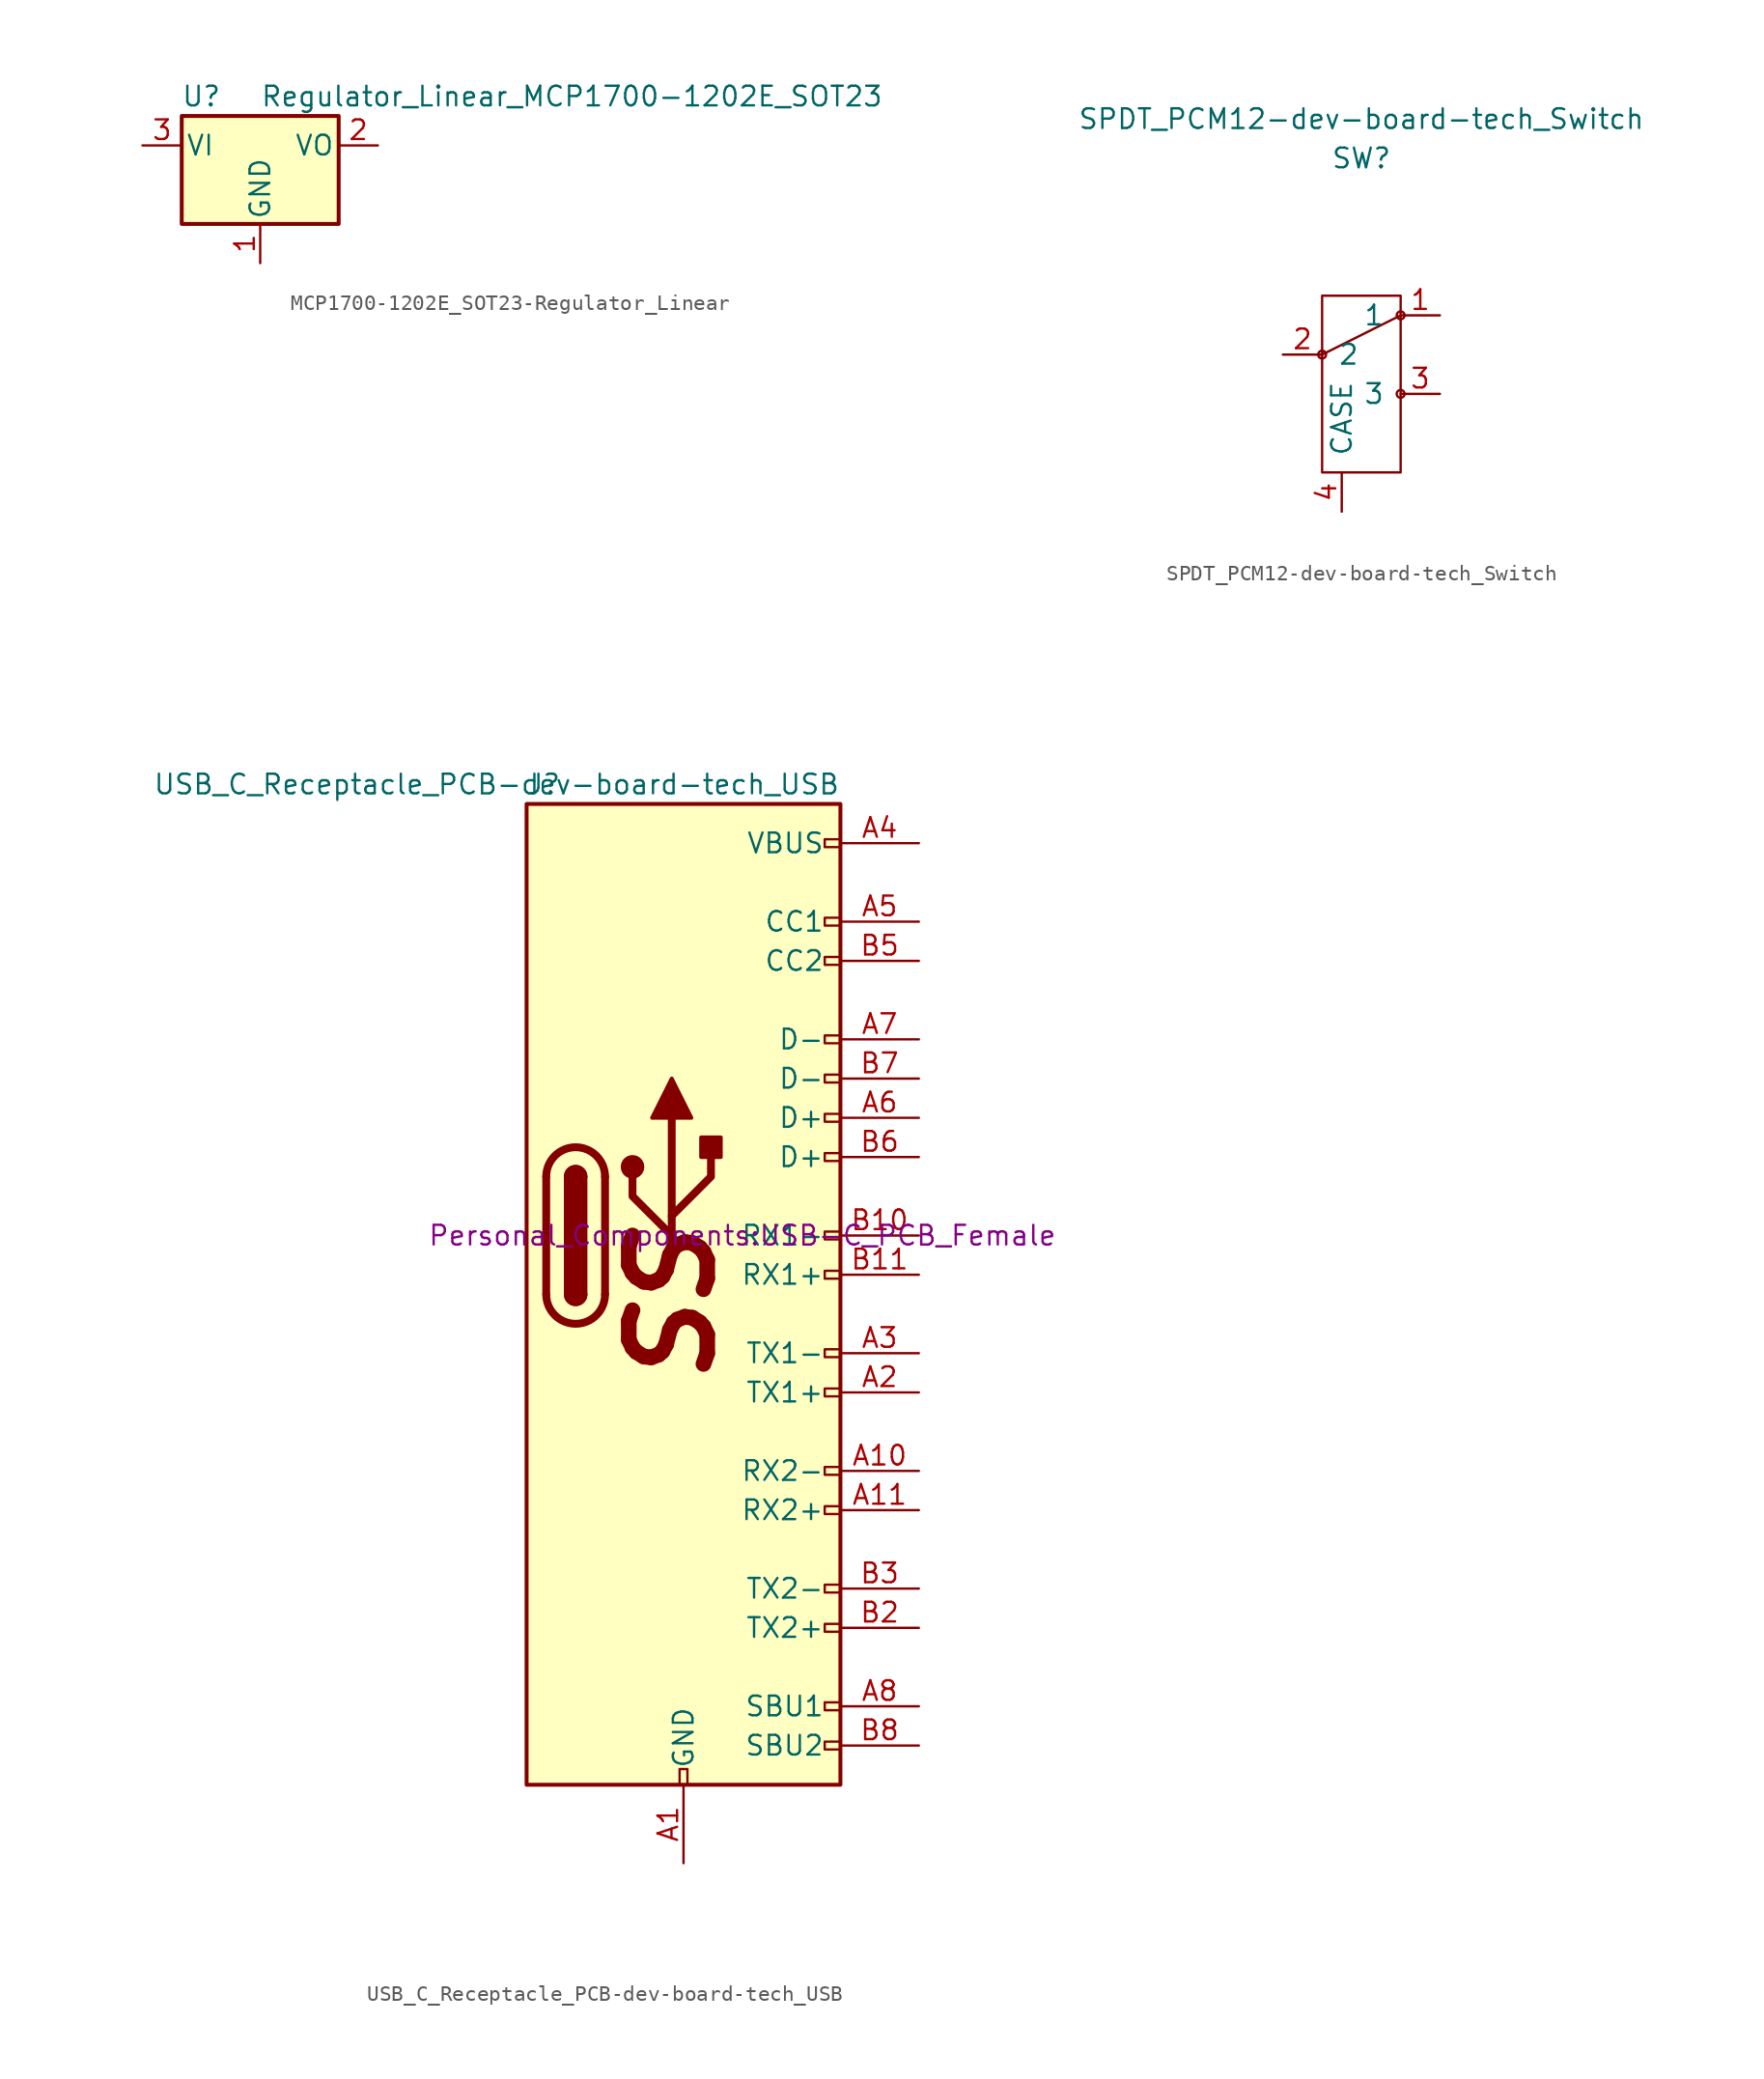
<source format=kicad_sym>
(kicad_symbol_lib
  (version 20220914)
  (generator kicad_symbol_editor)
  (symbol "MCP1700-1202E_SOT23-Regulator_Linear"
    (pin_names
      (offset 0.254))
    (property "Reference" "U"
      (at -3.81 3.175 0)
      (effects (font (size 1.27 1.27))))
    (property "Value" "Regulator_Linear_MCP1700-1202E_SOT23"
      (at 0 3.175 0)
      (effects (font (size 1.27 1.27)) (justify left)))
    (symbol "MCP1700-1202E_SOT23-Regulator_Linear_0_1"
      (rectangle (start -5.08 1.905) (end 5.08 -5.08) (stroke (width 0.254) (type solid)) (fill (type background))))
    (symbol "MCP1700-1202E_SOT23-Regulator_Linear_1_1"
      (pin power_in line (at 0 -7.62 90) (length 2.54) (name "GND" (effects (font (size 1.27 1.27)))) (number "1" (effects (font (size 1.27 1.27)))))
      (pin power_out line (at 7.62 0 180) (length 2.54) (name "VO" (effects (font (size 1.27 1.27)))) (number "2" (effects (font (size 1.27 1.27)))))
      (pin power_in line (at -7.62 0 0) (length 2.54) (name "VI" (effects (font (size 1.27 1.27)))) (number "3" (effects (font (size 1.27 1.27)))))))
  (symbol "SPDT_PCM12-dev-board-tech_Switch"
    (pin_names
      (offset 1.016))
    (property "Reference" "SW"
      (at 0 12.7 0)
      (effects (font (size 1.27 1.27))))
    (property "Value" "SPDT_PCM12-dev-board-tech_Switch"
      (at 0 15.24 0)
      (effects (font (size 1.27 1.27))))
    (symbol "SPDT_PCM12-dev-board-tech_Switch_0_1"
      (circle (center -2.54 0) (radius 0.254) (stroke (width 0) (type solid)) (fill (type none)))
      (rectangle (start -2.54 3.81) (end 2.54 -7.62) (stroke (width 0) (type solid)) (fill (type none)))
      (polyline (pts (xy -2.54 0) (xy 2.54 2.54)) (stroke (width 0) (type solid)) (fill (type none)))
      (circle (center 2.54 -2.54) (radius 0.254) (stroke (width 0) (type solid)) (fill (type none)))
      (circle (center 2.54 2.54) (radius 0.254) (stroke (width 0) (type solid)) (fill (type none))))
    (symbol "SPDT_PCM12-dev-board-tech_Switch_1_1"
      (pin passive line (at 5.08 2.54 180) (length 2.54) (name "1" (effects (font (size 1.27 1.27)))) (number "1" (effects (font (size 1.27 1.27)))))
      (pin passive line (at -5.08 0 0) (length 2.54) (name "2" (effects (font (size 1.27 1.27)))) (number "2" (effects (font (size 1.27 1.27)))))
      (pin passive line (at 5.08 -2.54 180) (length 2.54) (name "3" (effects (font (size 1.27 1.27)))) (number "3" (effects (font (size 1.27 1.27)))))
      (pin passive line (at -1.27 -10.16 90) (length 2.54) (name "CASE" (effects (font (size 1.27 1.27)))) (number "4" (effects (font (size 1.27 1.27)))))
      (pin passive line (at -1.27 -10.16 90) (length 2.54) hide (name "CASE" (effects (font (size 1.27 1.27)))) (number "5" (effects (font (size 1.27 1.27)))))
      (pin passive line (at -1.27 -10.16 90) (length 2.54) hide (name "CASE" (effects (font (size 1.27 1.27)))) (number "6" (effects (font (size 1.27 1.27)))))
      (pin passive line (at -1.27 -10.16 90) (length 2.54) hide (name "CASE" (effects (font (size 1.27 1.27)))) (number "7" (effects (font (size 1.27 1.27)))))))
  (symbol "USB_C_Receptacle_PCB-dev-board-tech_USB"
    (pin_names
      (offset 1.016))
    (property "Reference" "J"
      (at -10.16 29.21 0)
      (effects (font (size 1.27 1.27)) (justify left)))
    (property "Value" "USB_C_Receptacle_PCB-dev-board-tech_USB"
      (at 10.16 29.21 0)
      (effects (font (size 1.27 1.27)) (justify right)))
    (property "Footprint" "Personal_Components:USB-C_PCB_Female"
      (at 3.81 0 0)
      (effects (font (size 1.27 1.27))))
    (symbol "USB_C_Receptacle_PCB-dev-board-tech_USB_0_0"
      (rectangle (start -0.254 -35.56) (end 0.254 -34.544) (stroke (width 0) (type solid)) (fill (type none)))
      (rectangle (start 10.16 -32.766) (end 9.144 -33.274) (stroke (width 0) (type solid)) (fill (type none)))
      (rectangle (start 10.16 -30.226) (end 9.144 -30.734) (stroke (width 0) (type solid)) (fill (type none)))
      (rectangle (start 10.16 -25.146) (end 9.144 -25.654) (stroke (width 0) (type solid)) (fill (type none)))
      (rectangle (start 10.16 -22.606) (end 9.144 -23.114) (stroke (width 0) (type solid)) (fill (type none)))
      (rectangle (start 10.16 -17.526) (end 9.144 -18.034) (stroke (width 0) (type solid)) (fill (type none)))
      (rectangle (start 10.16 -14.986) (end 9.144 -15.494) (stroke (width 0) (type solid)) (fill (type none)))
      (rectangle (start 10.16 -9.906) (end 9.144 -10.414) (stroke (width 0) (type solid)) (fill (type none)))
      (rectangle (start 10.16 -7.366) (end 9.144 -7.874) (stroke (width 0) (type solid)) (fill (type none)))
      (rectangle (start 10.16 -2.286) (end 9.144 -2.794) (stroke (width 0) (type solid)) (fill (type none)))
      (rectangle (start 10.16 0.254) (end 9.144 -0.254) (stroke (width 0) (type solid)) (fill (type none)))
      (rectangle (start 10.16 5.334) (end 9.144 4.826) (stroke (width 0) (type solid)) (fill (type none)))
      (rectangle (start 10.16 7.874) (end 9.144 7.366) (stroke (width 0) (type solid)) (fill (type none)))
      (rectangle (start 10.16 10.414) (end 9.144 9.906) (stroke (width 0) (type solid)) (fill (type none)))
      (rectangle (start 10.16 12.954) (end 9.144 12.446) (stroke (width 0) (type solid)) (fill (type none)))
      (rectangle (start 10.16 18.034) (end 9.144 17.526) (stroke (width 0) (type solid)) (fill (type none)))
      (rectangle (start 10.16 20.574) (end 9.144 20.066) (stroke (width 0) (type solid)) (fill (type none)))
      (rectangle (start 10.16 25.654) (end 9.144 25.146) (stroke (width 0) (type solid)) (fill (type none)))
      (text "SS" (at -0.762 -4.445 900) (effects (font (size 5.08 5.08) bold italic))))
    (symbol "USB_C_Receptacle_PCB-dev-board-tech_USB_0_1"
      (rectangle (start -10.16 27.94) (end 10.16 -35.56) (stroke (width 0.254) (type solid)) (fill (type background)))
      (arc (start -8.89 -3.81) (mid -6.985 -5.7067) (end -5.08 -3.81) (stroke (width 0.508) (type solid)) (fill (type none)))
      (arc (start -7.62 -3.81) (mid -6.985 -4.4423) (end -6.35 -3.81) (stroke (width 0.254) (type solid)) (fill (type none)))
      (arc (start -7.62 -3.81) (mid -6.985 -4.4423) (end -6.35 -3.81) (stroke (width 0.254) (type solid)) (fill (type outline)))
      (rectangle (start -7.62 -3.81) (end -6.35 3.81) (stroke (width 0.254) (type solid)) (fill (type outline)))
      (arc (start -6.35 3.81) (mid -6.985 4.4423) (end -7.62 3.81) (stroke (width 0.254) (type solid)) (fill (type none)))
      (arc (start -6.35 3.81) (mid -6.985 4.4423) (end -7.62 3.81) (stroke (width 0.254) (type solid)) (fill (type outline)))
      (arc (start -5.08 3.81) (mid -6.985 5.7067) (end -8.89 3.81) (stroke (width 0.508) (type solid)) (fill (type none)))
      (circle (center -3.302 4.445) (radius 0.635) (stroke (width 0.254) (type solid)) (fill (type outline)))
      (polyline (pts (xy -8.89 -3.81) (xy -8.89 3.81)) (stroke (width 0.508) (type solid)) (fill (type none)))
      (polyline (pts (xy -5.08 3.81) (xy -5.08 -3.81)) (stroke (width 0.508) (type solid)) (fill (type none)))
      (polyline (pts (xy -0.762 -1.27) (xy -0.762 7.62)) (stroke (width 0.508) (type solid)) (fill (type none)))
      (polyline (pts (xy -0.762 0) (xy -3.302 2.54) (xy -3.302 3.81)) (stroke (width 0.508) (type solid)) (fill (type none)))
      (polyline (pts (xy -0.762 1.27) (xy 1.778 3.81) (xy 1.778 5.08)) (stroke (width 0.508) (type solid)) (fill (type none)))
      (polyline (pts (xy -2.032 7.62) (xy -0.762 10.16) (xy 0.508 7.62) (xy -2.032 7.62)) (stroke (width 0.254) (type solid)) (fill (type outline)))
      (rectangle (start 1.143 5.08) (end 2.413 6.35) (stroke (width 0.254) (type solid)) (fill (type outline))))
    (symbol "USB_C_Receptacle_PCB-dev-board-tech_USB_1_1"
      (pin power_in line (at 0 -40.64 90) (length 5.08) (name "GND" (effects (font (size 1.27 1.27)))) (number "A1" (effects (font (size 1.27 1.27)))))
      (pin bidirectional line (at 15.24 -15.24 180) (length 5.08) (name "RX2-" (effects (font (size 1.27 1.27)))) (number "A10" (effects (font (size 1.27 1.27)))))
      (pin bidirectional line (at 15.24 -17.78 180) (length 5.08) (name "RX2+" (effects (font (size 1.27 1.27)))) (number "A11" (effects (font (size 1.27 1.27)))))
      (pin passive line (at 0 -40.64 90) (length 5.08) hide (name "GND" (effects (font (size 1.27 1.27)))) (number "A12" (effects (font (size 1.27 1.27)))))
      (pin bidirectional line (at 15.24 -10.16 180) (length 5.08) (name "TX1+" (effects (font (size 1.27 1.27)))) (number "A2" (effects (font (size 1.27 1.27)))))
      (pin bidirectional line (at 15.24 -7.62 180) (length 5.08) (name "TX1-" (effects (font (size 1.27 1.27)))) (number "A3" (effects (font (size 1.27 1.27)))))
      (pin power_in line (at 15.24 25.4 180) (length 5.08) (name "VBUS" (effects (font (size 1.27 1.27)))) (number "A4" (effects (font (size 1.27 1.27)))))
      (pin bidirectional line (at 15.24 20.32 180) (length 5.08) (name "CC1" (effects (font (size 1.27 1.27)))) (number "A5" (effects (font (size 1.27 1.27)))))
      (pin bidirectional line (at 15.24 7.62 180) (length 5.08) (name "D+" (effects (font (size 1.27 1.27)))) (number "A6" (effects (font (size 1.27 1.27)))))
      (pin bidirectional line (at 15.24 12.7 180) (length 5.08) (name "D-" (effects (font (size 1.27 1.27)))) (number "A7" (effects (font (size 1.27 1.27)))))
      (pin bidirectional line (at 15.24 -30.48 180) (length 5.08) (name "SBU1" (effects (font (size 1.27 1.27)))) (number "A8" (effects (font (size 1.27 1.27)))))
      (pin passive line (at 15.24 25.4 180) (length 5.08) hide (name "VBUS" (effects (font (size 1.27 1.27)))) (number "A9" (effects (font (size 1.27 1.27)))))
      (pin passive line (at 0 -40.64 90) (length 5.08) hide (name "GND" (effects (font (size 1.27 1.27)))) (number "B1" (effects (font (size 1.27 1.27)))))
      (pin bidirectional line (at 15.24 0 180) (length 5.08) (name "RX1-" (effects (font (size 1.27 1.27)))) (number "B10" (effects (font (size 1.27 1.27)))))
      (pin bidirectional line (at 15.24 -2.54 180) (length 5.08) (name "RX1+" (effects (font (size 1.27 1.27)))) (number "B11" (effects (font (size 1.27 1.27)))))
      (pin passive line (at 0 -40.64 90) (length 5.08) hide (name "GND" (effects (font (size 1.27 1.27)))) (number "B12" (effects (font (size 1.27 1.27)))))
      (pin bidirectional line (at 15.24 -25.4 180) (length 5.08) (name "TX2+" (effects (font (size 1.27 1.27)))) (number "B2" (effects (font (size 1.27 1.27)))))
      (pin bidirectional line (at 15.24 -22.86 180) (length 5.08) (name "TX2-" (effects (font (size 1.27 1.27)))) (number "B3" (effects (font (size 1.27 1.27)))))
      (pin passive line (at 15.24 25.4 180) (length 5.08) hide (name "VBUS" (effects (font (size 1.27 1.27)))) (number "B4" (effects (font (size 1.27 1.27)))))
      (pin bidirectional line (at 15.24 17.78 180) (length 5.08) (name "CC2" (effects (font (size 1.27 1.27)))) (number "B5" (effects (font (size 1.27 1.27)))))
      (pin bidirectional line (at 15.24 5.08 180) (length 5.08) (name "D+" (effects (font (size 1.27 1.27)))) (number "B6" (effects (font (size 1.27 1.27)))))
      (pin bidirectional line (at 15.24 10.16 180) (length 5.08) (name "D-" (effects (font (size 1.27 1.27)))) (number "B7" (effects (font (size 1.27 1.27)))))
      (pin bidirectional line (at 15.24 -33.02 180) (length 5.08) (name "SBU2" (effects (font (size 1.27 1.27)))) (number "B8" (effects (font (size 1.27 1.27)))))
      (pin passive line (at 15.24 25.4 180) (length 5.08) hide (name "VBUS" (effects (font (size 1.27 1.27)))) (number "B9" (effects (font (size 1.27 1.27))))))))
</source>
